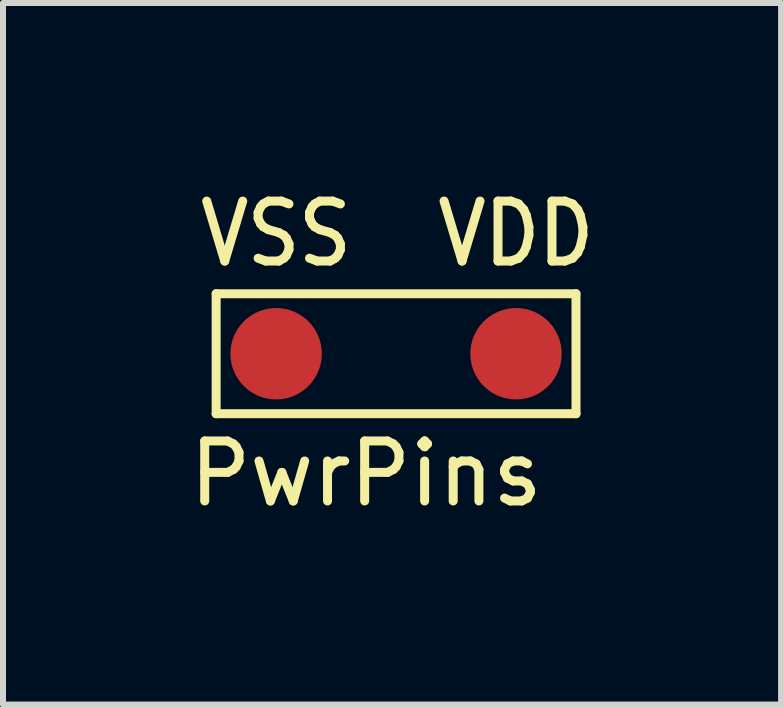
<source format=kicad_pcb>
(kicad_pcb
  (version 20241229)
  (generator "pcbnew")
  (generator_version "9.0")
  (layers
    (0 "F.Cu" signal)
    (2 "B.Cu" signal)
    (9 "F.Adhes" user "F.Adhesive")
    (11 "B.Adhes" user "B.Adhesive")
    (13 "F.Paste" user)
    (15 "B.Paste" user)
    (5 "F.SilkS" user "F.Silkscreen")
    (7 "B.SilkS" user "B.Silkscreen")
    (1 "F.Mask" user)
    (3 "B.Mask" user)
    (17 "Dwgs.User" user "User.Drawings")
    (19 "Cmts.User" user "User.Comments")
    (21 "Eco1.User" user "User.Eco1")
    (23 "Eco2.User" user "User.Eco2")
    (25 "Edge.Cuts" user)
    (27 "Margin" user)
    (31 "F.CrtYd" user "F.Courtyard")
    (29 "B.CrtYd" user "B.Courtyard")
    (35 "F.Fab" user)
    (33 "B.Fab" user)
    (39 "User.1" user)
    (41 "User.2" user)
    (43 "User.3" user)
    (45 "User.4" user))
  (footprint "PwrPins"
    (layer "F.Cu")
    (at 3.554 2.848)
    (property "Reference" "PwrPins" (at -0.5 2 0) (layer "F.SilkS") (effects (font (size 1 1) (thickness 0.15))))
    (attr through_hole)
    (fp_line (start -3 -1) (end 3 -1) (stroke (width 0.15) (type solid)) (layer "F.SilkS"))
    (fp_line (start -3 1) (end -3 -1) (stroke (width 0.15) (type solid)) (layer "F.SilkS"))
    (fp_line (start 3 -1) (end 3 1) (stroke (width 0.15) (type solid)) (layer "F.SilkS"))
    (fp_line (start 3 1) (end -3 1) (stroke (width 0.15) (type solid)) (layer "F.SilkS"))
    (fp_text user "VDD" (at 2 -2 0) (layer "F.SilkS") (effects (font (size 1 0.9) (thickness 0.15))))
    (fp_text user "VSS" (at -2 -2 0) (layer "F.SilkS") (effects (font (size 1 0.9) (thickness 0.15))))
    (pad "1" smd circle (at -2 0) (size 1.524 1.524) (layers "F.Cu" "F.Mask" "F.Paste"))
    (pad "2" smd circle (at 2 0) (size 1.524 1.524) (layers "F.Cu" "F.Mask" "F.Paste")))
  (gr_rect
    (start -3 -3)
    (end 9.974 8.697)
    (stroke (width 0.1) (type default))
    (fill no)
    (layer "Edge.Cuts")))
</source>
